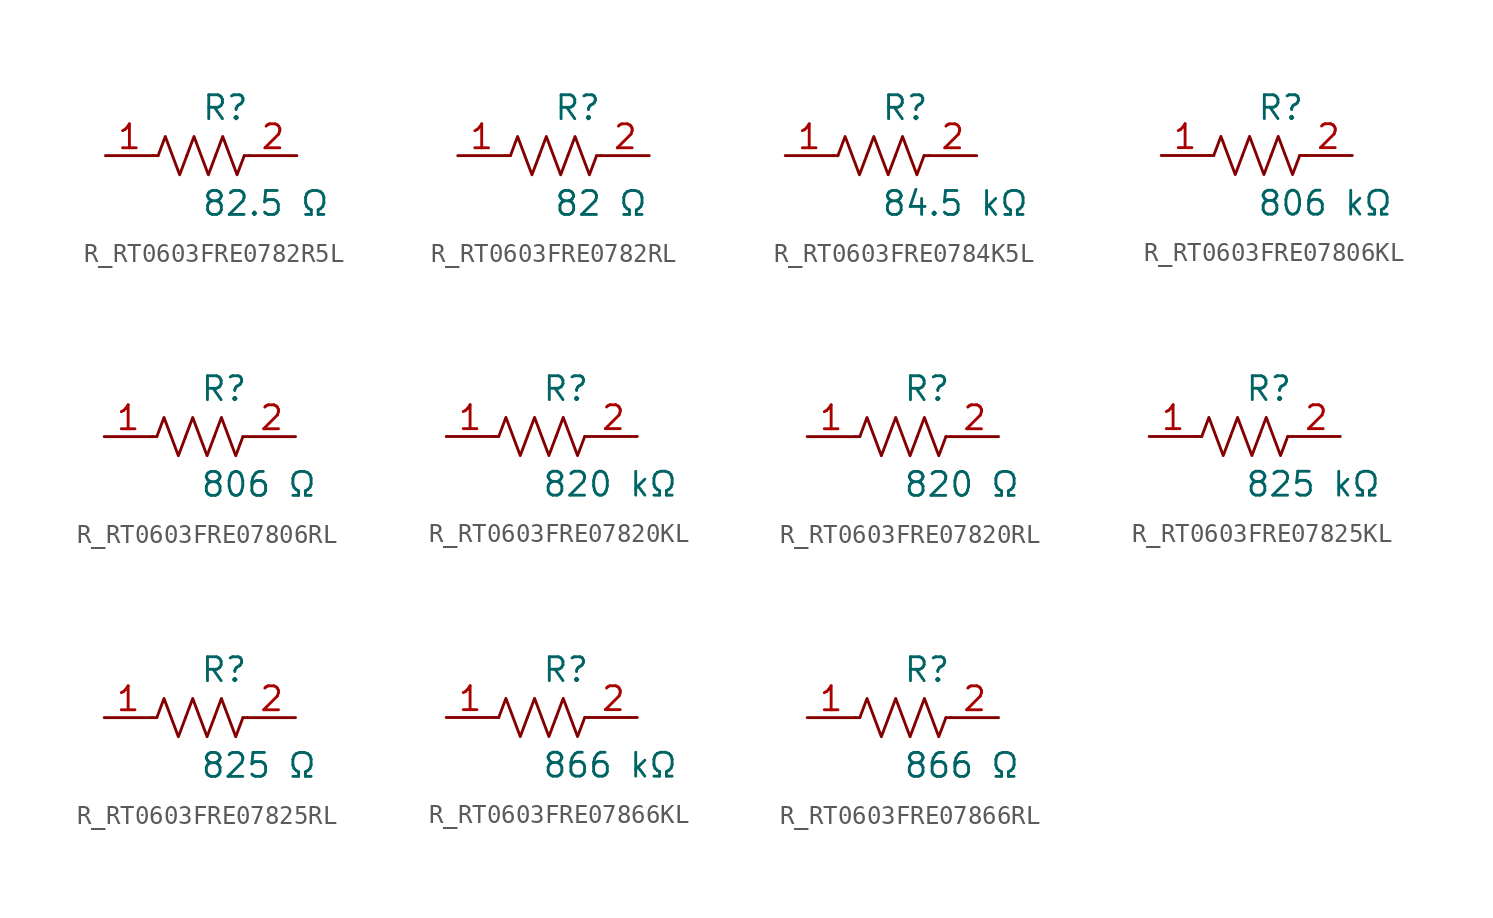
<source format=kicad_sym>
(kicad_symbol_lib
  (version 20231120)
  (generator kicad_symbol_editor)
  (generator_version 8.0)
  (symbol "R_RT0603FRE0782R5L"
    (pin_names
      (offset 0.254))
    (property "Reference" "R"
      (at 0.0 2.54 0)
      (effects (font (size 1.27 1.27)) (justify left)))
    (property "Value" "82.5 Ω"
      (at 0.0 -2.54 0)
      (effects (font (size 1.27 1.27)) (justify left)))
    (symbol "R_RT0603FRE0782R5L_0_1"
      (polyline (pts (xy 2.286 0) (xy 2.54 0)) (stroke (width 0) (type default)) (fill (type none)))
      (polyline (pts (xy -2.286 0) (xy -2.54 0)) (stroke (width 0) (type default)) (fill (type none)))
      (polyline (pts (xy 0.762 0) (xy 1.143 1.016) (xy 1.524 0) (xy 1.905 -1.016) (xy 2.286 0)) (stroke (width 0) (type default)) (fill (type none)))
      (polyline (pts (xy -0.762 0) (xy -0.381 1.016) (xy 0 0) (xy 0.381 -1.016) (xy 0.762 0)) (stroke (width 0) (type default)) (fill (type none)))
      (polyline (pts (xy -2.286 0) (xy -1.905 1.016) (xy -1.524 0) (xy -1.143 -1.016) (xy -0.762 0)) (stroke (width 0) (type default)) (fill (type none))))
    (pin unspecified line
      (at -5.08 0 0)
      (length 2.54)
      (name "" (effects (font (size 1.27 1.27))))
      (number "1" (effects (font (size 1.27 1.27)))))
    (pin unspecified line
      (at 5.08 0 180)
      (length 2.54)
      (name "" (effects (font (size 1.27 1.27))))
      (number "2" (effects (font (size 1.27 1.27))))))
  (symbol "R_RT0603FRE0782RL"
    (pin_names
      (offset 0.254))
    (property "Reference" "R"
      (at 0.0 2.54 0)
      (effects (font (size 1.27 1.27)) (justify left)))
    (property "Value" "82 Ω"
      (at 0.0 -2.54 0)
      (effects (font (size 1.27 1.27)) (justify left)))
    (symbol "R_RT0603FRE0782RL_0_1"
      (polyline (pts (xy 2.286 0) (xy 2.54 0)) (stroke (width 0) (type default)) (fill (type none)))
      (polyline (pts (xy -2.286 0) (xy -2.54 0)) (stroke (width 0) (type default)) (fill (type none)))
      (polyline (pts (xy 0.762 0) (xy 1.143 1.016) (xy 1.524 0) (xy 1.905 -1.016) (xy 2.286 0)) (stroke (width 0) (type default)) (fill (type none)))
      (polyline (pts (xy -0.762 0) (xy -0.381 1.016) (xy 0 0) (xy 0.381 -1.016) (xy 0.762 0)) (stroke (width 0) (type default)) (fill (type none)))
      (polyline (pts (xy -2.286 0) (xy -1.905 1.016) (xy -1.524 0) (xy -1.143 -1.016) (xy -0.762 0)) (stroke (width 0) (type default)) (fill (type none))))
    (pin unspecified line
      (at -5.08 0 0)
      (length 2.54)
      (name "" (effects (font (size 1.27 1.27))))
      (number "1" (effects (font (size 1.27 1.27)))))
    (pin unspecified line
      (at 5.08 0 180)
      (length 2.54)
      (name "" (effects (font (size 1.27 1.27))))
      (number "2" (effects (font (size 1.27 1.27))))))
  (symbol "R_RT0603FRE0784K5L"
    (pin_names
      (offset 0.254))
    (property "Reference" "R"
      (at 0.0 2.54 0)
      (effects (font (size 1.27 1.27)) (justify left)))
    (property "Value" "84.5 kΩ"
      (at 0.0 -2.54 0)
      (effects (font (size 1.27 1.27)) (justify left)))
    (symbol "R_RT0603FRE0784K5L_0_1"
      (polyline (pts (xy 2.286 0) (xy 2.54 0)) (stroke (width 0) (type default)) (fill (type none)))
      (polyline (pts (xy -2.286 0) (xy -2.54 0)) (stroke (width 0) (type default)) (fill (type none)))
      (polyline (pts (xy 0.762 0) (xy 1.143 1.016) (xy 1.524 0) (xy 1.905 -1.016) (xy 2.286 0)) (stroke (width 0) (type default)) (fill (type none)))
      (polyline (pts (xy -0.762 0) (xy -0.381 1.016) (xy 0 0) (xy 0.381 -1.016) (xy 0.762 0)) (stroke (width 0) (type default)) (fill (type none)))
      (polyline (pts (xy -2.286 0) (xy -1.905 1.016) (xy -1.524 0) (xy -1.143 -1.016) (xy -0.762 0)) (stroke (width 0) (type default)) (fill (type none))))
    (pin unspecified line
      (at -5.08 0 0)
      (length 2.54)
      (name "" (effects (font (size 1.27 1.27))))
      (number "1" (effects (font (size 1.27 1.27)))))
    (pin unspecified line
      (at 5.08 0 180)
      (length 2.54)
      (name "" (effects (font (size 1.27 1.27))))
      (number "2" (effects (font (size 1.27 1.27))))))
  (symbol "R_RT0603FRE07806KL"
    (pin_names
      (offset 0.254))
    (property "Reference" "R"
      (at 0.0 2.54 0)
      (effects (font (size 1.27 1.27)) (justify left)))
    (property "Value" "806 kΩ"
      (at 0.0 -2.54 0)
      (effects (font (size 1.27 1.27)) (justify left)))
    (symbol "R_RT0603FRE07806KL_0_1"
      (polyline (pts (xy 2.286 0) (xy 2.54 0)) (stroke (width 0) (type default)) (fill (type none)))
      (polyline (pts (xy -2.286 0) (xy -2.54 0)) (stroke (width 0) (type default)) (fill (type none)))
      (polyline (pts (xy 0.762 0) (xy 1.143 1.016) (xy 1.524 0) (xy 1.905 -1.016) (xy 2.286 0)) (stroke (width 0) (type default)) (fill (type none)))
      (polyline (pts (xy -0.762 0) (xy -0.381 1.016) (xy 0 0) (xy 0.381 -1.016) (xy 0.762 0)) (stroke (width 0) (type default)) (fill (type none)))
      (polyline (pts (xy -2.286 0) (xy -1.905 1.016) (xy -1.524 0) (xy -1.143 -1.016) (xy -0.762 0)) (stroke (width 0) (type default)) (fill (type none))))
    (pin unspecified line
      (at -5.08 0 0)
      (length 2.54)
      (name "" (effects (font (size 1.27 1.27))))
      (number "1" (effects (font (size 1.27 1.27)))))
    (pin unspecified line
      (at 5.08 0 180)
      (length 2.54)
      (name "" (effects (font (size 1.27 1.27))))
      (number "2" (effects (font (size 1.27 1.27))))))
  (symbol "R_RT0603FRE07806RL"
    (pin_names
      (offset 0.254))
    (property "Reference" "R"
      (at 0.0 2.54 0)
      (effects (font (size 1.27 1.27)) (justify left)))
    (property "Value" "806 Ω"
      (at 0.0 -2.54 0)
      (effects (font (size 1.27 1.27)) (justify left)))
    (symbol "R_RT0603FRE07806RL_0_1"
      (polyline (pts (xy 2.286 0) (xy 2.54 0)) (stroke (width 0) (type default)) (fill (type none)))
      (polyline (pts (xy -2.286 0) (xy -2.54 0)) (stroke (width 0) (type default)) (fill (type none)))
      (polyline (pts (xy 0.762 0) (xy 1.143 1.016) (xy 1.524 0) (xy 1.905 -1.016) (xy 2.286 0)) (stroke (width 0) (type default)) (fill (type none)))
      (polyline (pts (xy -0.762 0) (xy -0.381 1.016) (xy 0 0) (xy 0.381 -1.016) (xy 0.762 0)) (stroke (width 0) (type default)) (fill (type none)))
      (polyline (pts (xy -2.286 0) (xy -1.905 1.016) (xy -1.524 0) (xy -1.143 -1.016) (xy -0.762 0)) (stroke (width 0) (type default)) (fill (type none))))
    (pin unspecified line
      (at -5.08 0 0)
      (length 2.54)
      (name "" (effects (font (size 1.27 1.27))))
      (number "1" (effects (font (size 1.27 1.27)))))
    (pin unspecified line
      (at 5.08 0 180)
      (length 2.54)
      (name "" (effects (font (size 1.27 1.27))))
      (number "2" (effects (font (size 1.27 1.27))))))
  (symbol "R_RT0603FRE07820KL"
    (pin_names
      (offset 0.254))
    (property "Reference" "R"
      (at 0.0 2.54 0)
      (effects (font (size 1.27 1.27)) (justify left)))
    (property "Value" "820 kΩ"
      (at 0.0 -2.54 0)
      (effects (font (size 1.27 1.27)) (justify left)))
    (symbol "R_RT0603FRE07820KL_0_1"
      (polyline (pts (xy 2.286 0) (xy 2.54 0)) (stroke (width 0) (type default)) (fill (type none)))
      (polyline (pts (xy -2.286 0) (xy -2.54 0)) (stroke (width 0) (type default)) (fill (type none)))
      (polyline (pts (xy 0.762 0) (xy 1.143 1.016) (xy 1.524 0) (xy 1.905 -1.016) (xy 2.286 0)) (stroke (width 0) (type default)) (fill (type none)))
      (polyline (pts (xy -0.762 0) (xy -0.381 1.016) (xy 0 0) (xy 0.381 -1.016) (xy 0.762 0)) (stroke (width 0) (type default)) (fill (type none)))
      (polyline (pts (xy -2.286 0) (xy -1.905 1.016) (xy -1.524 0) (xy -1.143 -1.016) (xy -0.762 0)) (stroke (width 0) (type default)) (fill (type none))))
    (pin unspecified line
      (at -5.08 0 0)
      (length 2.54)
      (name "" (effects (font (size 1.27 1.27))))
      (number "1" (effects (font (size 1.27 1.27)))))
    (pin unspecified line
      (at 5.08 0 180)
      (length 2.54)
      (name "" (effects (font (size 1.27 1.27))))
      (number "2" (effects (font (size 1.27 1.27))))))
  (symbol "R_RT0603FRE07820RL"
    (pin_names
      (offset 0.254))
    (property "Reference" "R"
      (at 0.0 2.54 0)
      (effects (font (size 1.27 1.27)) (justify left)))
    (property "Value" "820 Ω"
      (at 0.0 -2.54 0)
      (effects (font (size 1.27 1.27)) (justify left)))
    (symbol "R_RT0603FRE07820RL_0_1"
      (polyline (pts (xy 2.286 0) (xy 2.54 0)) (stroke (width 0) (type default)) (fill (type none)))
      (polyline (pts (xy -2.286 0) (xy -2.54 0)) (stroke (width 0) (type default)) (fill (type none)))
      (polyline (pts (xy 0.762 0) (xy 1.143 1.016) (xy 1.524 0) (xy 1.905 -1.016) (xy 2.286 0)) (stroke (width 0) (type default)) (fill (type none)))
      (polyline (pts (xy -0.762 0) (xy -0.381 1.016) (xy 0 0) (xy 0.381 -1.016) (xy 0.762 0)) (stroke (width 0) (type default)) (fill (type none)))
      (polyline (pts (xy -2.286 0) (xy -1.905 1.016) (xy -1.524 0) (xy -1.143 -1.016) (xy -0.762 0)) (stroke (width 0) (type default)) (fill (type none))))
    (pin unspecified line
      (at -5.08 0 0)
      (length 2.54)
      (name "" (effects (font (size 1.27 1.27))))
      (number "1" (effects (font (size 1.27 1.27)))))
    (pin unspecified line
      (at 5.08 0 180)
      (length 2.54)
      (name "" (effects (font (size 1.27 1.27))))
      (number "2" (effects (font (size 1.27 1.27))))))
  (symbol "R_RT0603FRE07825KL"
    (pin_names
      (offset 0.254))
    (property "Reference" "R"
      (at 0.0 2.54 0)
      (effects (font (size 1.27 1.27)) (justify left)))
    (property "Value" "825 kΩ"
      (at 0.0 -2.54 0)
      (effects (font (size 1.27 1.27)) (justify left)))
    (symbol "R_RT0603FRE07825KL_0_1"
      (polyline (pts (xy 2.286 0) (xy 2.54 0)) (stroke (width 0) (type default)) (fill (type none)))
      (polyline (pts (xy -2.286 0) (xy -2.54 0)) (stroke (width 0) (type default)) (fill (type none)))
      (polyline (pts (xy 0.762 0) (xy 1.143 1.016) (xy 1.524 0) (xy 1.905 -1.016) (xy 2.286 0)) (stroke (width 0) (type default)) (fill (type none)))
      (polyline (pts (xy -0.762 0) (xy -0.381 1.016) (xy 0 0) (xy 0.381 -1.016) (xy 0.762 0)) (stroke (width 0) (type default)) (fill (type none)))
      (polyline (pts (xy -2.286 0) (xy -1.905 1.016) (xy -1.524 0) (xy -1.143 -1.016) (xy -0.762 0)) (stroke (width 0) (type default)) (fill (type none))))
    (pin unspecified line
      (at -5.08 0 0)
      (length 2.54)
      (name "" (effects (font (size 1.27 1.27))))
      (number "1" (effects (font (size 1.27 1.27)))))
    (pin unspecified line
      (at 5.08 0 180)
      (length 2.54)
      (name "" (effects (font (size 1.27 1.27))))
      (number "2" (effects (font (size 1.27 1.27))))))
  (symbol "R_RT0603FRE07825RL"
    (pin_names
      (offset 0.254))
    (property "Reference" "R"
      (at 0.0 2.54 0)
      (effects (font (size 1.27 1.27)) (justify left)))
    (property "Value" "825 Ω"
      (at 0.0 -2.54 0)
      (effects (font (size 1.27 1.27)) (justify left)))
    (symbol "R_RT0603FRE07825RL_0_1"
      (polyline (pts (xy 2.286 0) (xy 2.54 0)) (stroke (width 0) (type default)) (fill (type none)))
      (polyline (pts (xy -2.286 0) (xy -2.54 0)) (stroke (width 0) (type default)) (fill (type none)))
      (polyline (pts (xy 0.762 0) (xy 1.143 1.016) (xy 1.524 0) (xy 1.905 -1.016) (xy 2.286 0)) (stroke (width 0) (type default)) (fill (type none)))
      (polyline (pts (xy -0.762 0) (xy -0.381 1.016) (xy 0 0) (xy 0.381 -1.016) (xy 0.762 0)) (stroke (width 0) (type default)) (fill (type none)))
      (polyline (pts (xy -2.286 0) (xy -1.905 1.016) (xy -1.524 0) (xy -1.143 -1.016) (xy -0.762 0)) (stroke (width 0) (type default)) (fill (type none))))
    (pin unspecified line
      (at -5.08 0 0)
      (length 2.54)
      (name "" (effects (font (size 1.27 1.27))))
      (number "1" (effects (font (size 1.27 1.27)))))
    (pin unspecified line
      (at 5.08 0 180)
      (length 2.54)
      (name "" (effects (font (size 1.27 1.27))))
      (number "2" (effects (font (size 1.27 1.27))))))
  (symbol "R_RT0603FRE07866KL"
    (pin_names
      (offset 0.254))
    (property "Reference" "R"
      (at 0.0 2.54 0)
      (effects (font (size 1.27 1.27)) (justify left)))
    (property "Value" "866 kΩ"
      (at 0.0 -2.54 0)
      (effects (font (size 1.27 1.27)) (justify left)))
    (symbol "R_RT0603FRE07866KL_0_1"
      (polyline (pts (xy 2.286 0) (xy 2.54 0)) (stroke (width 0) (type default)) (fill (type none)))
      (polyline (pts (xy -2.286 0) (xy -2.54 0)) (stroke (width 0) (type default)) (fill (type none)))
      (polyline (pts (xy 0.762 0) (xy 1.143 1.016) (xy 1.524 0) (xy 1.905 -1.016) (xy 2.286 0)) (stroke (width 0) (type default)) (fill (type none)))
      (polyline (pts (xy -0.762 0) (xy -0.381 1.016) (xy 0 0) (xy 0.381 -1.016) (xy 0.762 0)) (stroke (width 0) (type default)) (fill (type none)))
      (polyline (pts (xy -2.286 0) (xy -1.905 1.016) (xy -1.524 0) (xy -1.143 -1.016) (xy -0.762 0)) (stroke (width 0) (type default)) (fill (type none))))
    (pin unspecified line
      (at -5.08 0 0)
      (length 2.54)
      (name "" (effects (font (size 1.27 1.27))))
      (number "1" (effects (font (size 1.27 1.27)))))
    (pin unspecified line
      (at 5.08 0 180)
      (length 2.54)
      (name "" (effects (font (size 1.27 1.27))))
      (number "2" (effects (font (size 1.27 1.27))))))
  (symbol "R_RT0603FRE07866RL"
    (pin_names
      (offset 0.254))
    (property "Reference" "R"
      (at 0.0 2.54 0)
      (effects (font (size 1.27 1.27)) (justify left)))
    (property "Value" "866 Ω"
      (at 0.0 -2.54 0)
      (effects (font (size 1.27 1.27)) (justify left)))
    (symbol "R_RT0603FRE07866RL_0_1"
      (polyline (pts (xy 2.286 0) (xy 2.54 0)) (stroke (width 0) (type default)) (fill (type none)))
      (polyline (pts (xy -2.286 0) (xy -2.54 0)) (stroke (width 0) (type default)) (fill (type none)))
      (polyline (pts (xy 0.762 0) (xy 1.143 1.016) (xy 1.524 0) (xy 1.905 -1.016) (xy 2.286 0)) (stroke (width 0) (type default)) (fill (type none)))
      (polyline (pts (xy -0.762 0) (xy -0.381 1.016) (xy 0 0) (xy 0.381 -1.016) (xy 0.762 0)) (stroke (width 0) (type default)) (fill (type none)))
      (polyline (pts (xy -2.286 0) (xy -1.905 1.016) (xy -1.524 0) (xy -1.143 -1.016) (xy -0.762 0)) (stroke (width 0) (type default)) (fill (type none))))
    (pin unspecified line
      (at -5.08 0 0)
      (length 2.54)
      (name "" (effects (font (size 1.27 1.27))))
      (number "1" (effects (font (size 1.27 1.27)))))
    (pin unspecified line
      (at 5.08 0 180)
      (length 2.54)
      (name "" (effects (font (size 1.27 1.27))))
      (number "2" (effects (font (size 1.27 1.27)))))))
</source>
